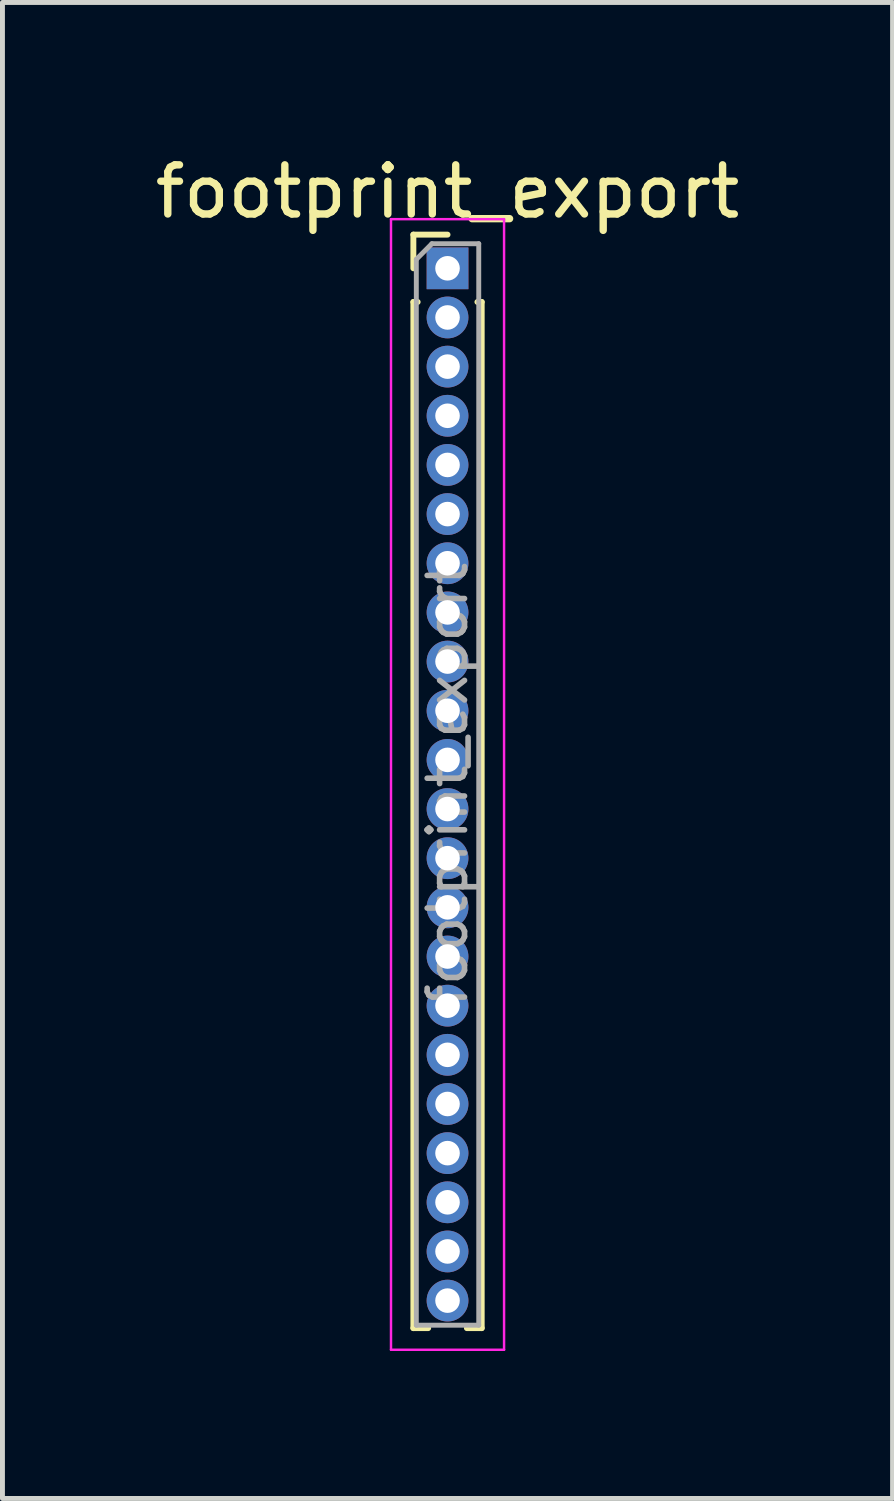
<source format=kicad_pcb>
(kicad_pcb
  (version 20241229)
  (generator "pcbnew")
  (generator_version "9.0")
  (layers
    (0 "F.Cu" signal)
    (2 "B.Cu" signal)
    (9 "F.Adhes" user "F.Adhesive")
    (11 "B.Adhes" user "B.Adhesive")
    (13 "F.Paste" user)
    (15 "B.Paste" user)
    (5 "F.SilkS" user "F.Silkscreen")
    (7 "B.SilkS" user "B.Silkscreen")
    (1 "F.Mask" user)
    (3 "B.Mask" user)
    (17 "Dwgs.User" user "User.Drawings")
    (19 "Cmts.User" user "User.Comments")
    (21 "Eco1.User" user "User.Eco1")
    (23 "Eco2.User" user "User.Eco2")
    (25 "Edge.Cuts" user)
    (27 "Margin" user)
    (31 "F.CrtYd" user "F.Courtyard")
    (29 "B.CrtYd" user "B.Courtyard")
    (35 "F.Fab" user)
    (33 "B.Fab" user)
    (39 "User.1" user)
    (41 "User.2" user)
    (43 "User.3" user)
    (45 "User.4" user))
  (footprint "footprint_export"
    (layer "F.Cu")
    (at 6.054 2.408)
    (property "Reference" "footprint_export" (at 0 -1.56 0) (layer "F.SilkS") (effects (font (size 1 1) (thickness 0.15))))
    (attr through_hole)
    (fp_line (start -0.695 -0.685) (end 0 -0.685) (stroke (width 0.12) (type solid)) (layer "F.SilkS"))
    (fp_line (start -0.695 0) (end -0.695 -0.685) (stroke (width 0.12) (type solid)) (layer "F.SilkS"))
    (fp_line (start -0.695 0.685) (end -0.695 21.56) (stroke (width 0.12) (type solid)) (layer "F.SilkS"))
    (fp_line (start -0.695 0.685) (end -0.608 0.685) (stroke (width 0.12) (type solid)) (layer "F.SilkS"))
    (fp_line (start -0.695 21.56) (end -0.394 21.56) (stroke (width 0.12) (type solid)) (layer "F.SilkS"))
    (fp_line (start 0.394 21.56) (end 0.695 21.56) (stroke (width 0.12) (type solid)) (layer "F.SilkS"))
    (fp_line (start 0.608 0.685) (end 0.695 0.685) (stroke (width 0.12) (type solid)) (layer "F.SilkS"))
    (fp_line (start 0.695 0.685) (end 0.695 21.56) (stroke (width 0.12) (type solid)) (layer "F.SilkS"))
    (fp_line (start -1.15 -1) (end -1.15 22) (stroke (width 0.05) (type solid)) (layer "F.CrtYd"))
    (fp_line (start -1.15 22) (end 1.15 22) (stroke (width 0.05) (type solid)) (layer "F.CrtYd"))
    (fp_line (start 1.15 -1) (end -1.15 -1) (stroke (width 0.05) (type solid)) (layer "F.CrtYd"))
    (fp_line (start 1.15 22) (end 1.15 -1) (stroke (width 0.05) (type solid)) (layer "F.CrtYd"))
    (fp_line (start -0.635 -0.182) (end -0.318 -0.5) (stroke (width 0.1) (type solid)) (layer "F.Fab"))
    (fp_line (start -0.635 21.5) (end -0.635 -0.182) (stroke (width 0.1) (type solid)) (layer "F.Fab"))
    (fp_line (start -0.318 -0.5) (end 0.635 -0.5) (stroke (width 0.1) (type solid)) (layer "F.Fab"))
    (fp_line (start 0.635 -0.5) (end 0.635 21.5) (stroke (width 0.1) (type solid)) (layer "F.Fab"))
    (fp_line (start 0.635 21.5) (end -0.635 21.5) (stroke (width 0.1) (type solid)) (layer "F.Fab"))
    (fp_text user "${REFERENCE}" (at 0 10.5 90) (layer "F.Fab") (effects (font (size 0.76 0.76) (thickness 0.114))))
    (pad "1" thru_hole rect (at 0 0) (size 0.85 0.85) (drill 0.5) (layers "*.Cu" "*.Mask"))
    (pad "2" thru_hole oval (at 0 1) (size 0.85 0.85) (drill 0.5) (layers "*.Cu" "*.Mask"))
    (pad "3" thru_hole oval (at 0 2) (size 0.85 0.85) (drill 0.5) (layers "*.Cu" "*.Mask"))
    (pad "4" thru_hole oval (at 0 3) (size 0.85 0.85) (drill 0.5) (layers "*.Cu" "*.Mask"))
    (pad "5" thru_hole oval (at 0 4) (size 0.85 0.85) (drill 0.5) (layers "*.Cu" "*.Mask"))
    (pad "6" thru_hole oval (at 0 5) (size 0.85 0.85) (drill 0.5) (layers "*.Cu" "*.Mask"))
    (pad "7" thru_hole oval (at 0 6) (size 0.85 0.85) (drill 0.5) (layers "*.Cu" "*.Mask"))
    (pad "8" thru_hole oval (at 0 7) (size 0.85 0.85) (drill 0.5) (layers "*.Cu" "*.Mask"))
    (pad "9" thru_hole oval (at 0 8) (size 0.85 0.85) (drill 0.5) (layers "*.Cu" "*.Mask"))
    (pad "10" thru_hole oval (at 0 9) (size 0.85 0.85) (drill 0.5) (layers "*.Cu" "*.Mask"))
    (pad "11" thru_hole oval (at 0 10) (size 0.85 0.85) (drill 0.5) (layers "*.Cu" "*.Mask"))
    (pad "12" thru_hole oval (at 0 11) (size 0.85 0.85) (drill 0.5) (layers "*.Cu" "*.Mask"))
    (pad "13" thru_hole oval (at 0 12) (size 0.85 0.85) (drill 0.5) (layers "*.Cu" "*.Mask"))
    (pad "14" thru_hole oval (at 0 13) (size 0.85 0.85) (drill 0.5) (layers "*.Cu" "*.Mask"))
    (pad "15" thru_hole oval (at 0 14) (size 0.85 0.85) (drill 0.5) (layers "*.Cu" "*.Mask"))
    (pad "16" thru_hole oval (at 0 15) (size 0.85 0.85) (drill 0.5) (layers "*.Cu" "*.Mask"))
    (pad "17" thru_hole oval (at 0 16) (size 0.85 0.85) (drill 0.5) (layers "*.Cu" "*.Mask"))
    (pad "18" thru_hole oval (at 0 17) (size 0.85 0.85) (drill 0.5) (layers "*.Cu" "*.Mask"))
    (pad "19" thru_hole oval (at 0 18) (size 0.85 0.85) (drill 0.5) (layers "*.Cu" "*.Mask"))
    (pad "20" thru_hole oval (at 0 19) (size 0.85 0.85) (drill 0.5) (layers "*.Cu" "*.Mask"))
    (pad "21" thru_hole oval (at 0 20) (size 0.85 0.85) (drill 0.5) (layers "*.Cu" "*.Mask"))
    (pad "22" thru_hole oval (at 0 21) (size 0.85 0.85) (drill 0.5) (layers "*.Cu" "*.Mask")))
  (gr_rect
    (start -3 -3)
    (end 15.107 27.433)
    (stroke (width 0.1) (type default))
    (fill no)
    (layer "Edge.Cuts")))
</source>
